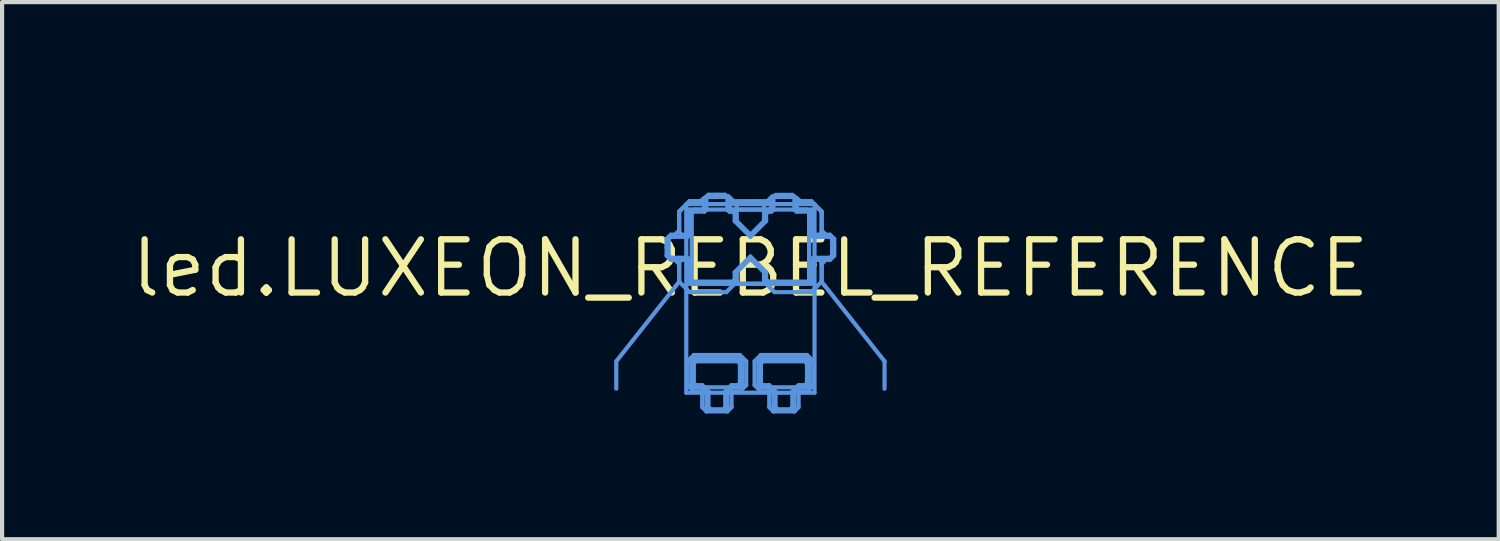
<source format=kicad_pcb>
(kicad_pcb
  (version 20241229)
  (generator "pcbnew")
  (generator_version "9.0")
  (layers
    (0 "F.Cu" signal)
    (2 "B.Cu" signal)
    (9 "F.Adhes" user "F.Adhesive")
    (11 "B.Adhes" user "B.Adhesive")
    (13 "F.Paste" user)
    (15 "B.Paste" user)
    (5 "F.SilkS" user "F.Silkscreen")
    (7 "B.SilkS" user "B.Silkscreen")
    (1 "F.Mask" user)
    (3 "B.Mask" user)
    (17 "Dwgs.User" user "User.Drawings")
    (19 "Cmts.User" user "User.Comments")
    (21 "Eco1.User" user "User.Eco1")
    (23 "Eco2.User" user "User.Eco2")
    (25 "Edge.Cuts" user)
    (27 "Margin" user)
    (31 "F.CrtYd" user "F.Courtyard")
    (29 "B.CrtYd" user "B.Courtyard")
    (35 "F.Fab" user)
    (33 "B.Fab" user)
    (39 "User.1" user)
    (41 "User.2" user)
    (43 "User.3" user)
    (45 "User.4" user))
  (footprint "led.LUXEON_REBEL_REFERENCE"
    (layer "F.Cu")
    (at 14.854 3.35)
    (property "Reference" "led.LUXEON_REBEL_REFERENCE" (at 0 0 0) (layer "F.SilkS") (effects (font (size 1.27 1.27) (thickness 0.15))))
    (fp_line (start -3.2 2.22) (end -3.2 2.874) (stroke (width 0.1) (type default)) (layer "Cmts.User"))
    (fp_line (start -2 -0.7) (end -1.9 -0.8) (stroke (width 0.1) (type default)) (layer "Cmts.User"))
    (fp_line (start -2 -0.5) (end -2 -0.7) (stroke (width 0.1) (type default)) (layer "Cmts.User"))
    (fp_line (start -2 -0.3) (end -2 -0.5) (stroke (width 0.1) (type default)) (layer "Cmts.User"))
    (fp_line (start -1.95 -0.7) (end -1.95 -0.3) (stroke (width 0.1) (type default)) (layer "Cmts.User"))
    (fp_line (start -1.95 -0.3) (end -1.9 -0.25) (stroke (width 0.1) (type default)) (layer "Cmts.User"))
    (fp_line (start -1.9 -0.8) (end -1.8 -0.8) (stroke (width 0.1) (type default)) (layer "Cmts.User"))
    (fp_line (start -1.9 -0.75) (end -1.95 -0.7) (stroke (width 0.1) (type default)) (layer "Cmts.User"))
    (fp_line (start -1.9 -0.25) (end -1.5 -0.25) (stroke (width 0.1) (type default)) (layer "Cmts.User"))
    (fp_line (start -1.9 -0.2) (end -2 -0.3) (stroke (width 0.1) (type default)) (layer "Cmts.User"))
    (fp_line (start -1.8 -0.8) (end -1.7 -0.9) (stroke (width 0.1) (type default)) (layer "Cmts.User"))
    (fp_line (start -1.8 -0.2) (end -1.9 -0.2) (stroke (width 0.1) (type default)) (layer "Cmts.User"))
    (fp_line (start -1.777 0.42) (end -3.2 2.22) (stroke (width 0.1) (type default)) (layer "Cmts.User"))
    (fp_line (start -1.7 -1.35) (end -1.45 -1.6) (stroke (width 0.1) (type default)) (layer "Cmts.User"))
    (fp_line (start -1.7 -1.35) (end -1.45 -1.6) (stroke (width 0.1) (type default)) (layer "Cmts.User"))
    (fp_line (start -1.7 -0.9) (end -1.7 -1.35) (stroke (width 0.1) (type default)) (layer "Cmts.User"))
    (fp_line (start -1.7 -0.865) (end -1.7 -1.35) (stroke (width 0.1) (type default)) (layer "Cmts.User"))
    (fp_line (start -1.7 -0.15) (end -1.7 0.323) (stroke (width 0.1) (type default)) (layer "Cmts.User"))
    (fp_line (start -1.7 -0.1) (end -1.8 -0.2) (stroke (width 0.1) (type default)) (layer "Cmts.User"))
    (fp_line (start -1.7 0.32) (end -1.7 -0.1) (stroke (width 0.1) (type default)) (layer "Cmts.User"))
    (fp_line (start -1.7 0.323) (end -1.777 0.42) (stroke (width 0.1) (type default)) (layer "Cmts.User"))
    (fp_line (start -1.65 -0.8) (end -1.7 -0.865) (stroke (width 0.1) (type default)) (layer "Cmts.User"))
    (fp_line (start -1.65 -0.2) (end -1.7 -0.15) (stroke (width 0.1) (type default)) (layer "Cmts.User"))
    (fp_line (start -1.55 -0.8) (end -1.65 -0.8) (stroke (width 0.1) (type default)) (layer "Cmts.User"))
    (fp_line (start -1.55 -0.2) (end -1.65 -0.2) (stroke (width 0.1) (type default)) (layer "Cmts.User"))
    (fp_line (start -1.53 -1.53) (end 1.53 -1.53) (stroke (width 0.1) (type default)) (layer "Cmts.User"))
    (fp_line (start -1.53 2.97) (end -1.53 -1.53) (stroke (width 0.1) (type default)) (layer "Cmts.User"))
    (fp_line (start -1.5 -1.35) (end -1.5 -0.865) (stroke (width 0.1) (type default)) (layer "Cmts.User"))
    (fp_line (start -1.5 -0.865) (end -1.55 -0.8) (stroke (width 0.1) (type default)) (layer "Cmts.User"))
    (fp_line (start -1.5 -0.75) (end -1.9 -0.75) (stroke (width 0.1) (type default)) (layer "Cmts.User"))
    (fp_line (start -1.5 -0.25) (end -1.45 -0.2) (stroke (width 0.1) (type default)) (layer "Cmts.User"))
    (fp_line (start -1.5 -0.15) (end -1.55 -0.2) (stroke (width 0.1) (type default)) (layer "Cmts.User"))
    (fp_line (start -1.5 0.32) (end -1.5 -0.15) (stroke (width 0.1) (type default)) (layer "Cmts.User"))
    (fp_line (start -1.5 2.22) (end -1.5 2.79) (stroke (width 0.1) (type default)) (layer "Cmts.User"))
    (fp_line (start -1.5 2.79) (end -1.35 2.94) (stroke (width 0.1) (type default)) (layer "Cmts.User"))
    (fp_line (start -1.45 -1.6) (end -1.197 -1.6) (stroke (width 0.1) (type default)) (layer "Cmts.User"))
    (fp_line (start -1.45 -1.6) (end -1.15 -1.6) (stroke (width 0.1) (type default)) (layer "Cmts.User"))
    (fp_line (start -1.45 -1.4) (end -1.5 -1.35) (stroke (width 0.1) (type default)) (layer "Cmts.User"))
    (fp_line (start -1.45 -1.3) (end -1.45 -0.8) (stroke (width 0.1) (type default)) (layer "Cmts.User"))
    (fp_line (start -1.45 -0.8) (end -1.5 -0.75) (stroke (width 0.1) (type default)) (layer "Cmts.User"))
    (fp_line (start -1.45 -0.2) (end -1.45 0.27) (stroke (width 0.1) (type default)) (layer "Cmts.User"))
    (fp_line (start -1.45 0.27) (end -1.4 0.32) (stroke (width 0.1) (type default)) (layer "Cmts.User"))
    (fp_line (start -1.45 0.37) (end -1.5 0.32) (stroke (width 0.1) (type default)) (layer "Cmts.User"))
    (fp_line (start -1.45 0.57) (end -1.7 0.32) (stroke (width 0.1) (type default)) (layer "Cmts.User"))
    (fp_line (start -1.4 -1.35) (end -1.45 -1.3) (stroke (width 0.1) (type default)) (layer "Cmts.User"))
    (fp_line (start -1.4 -1.35) (end -1.4 0.32) (stroke (width 0.1) (type default)) (layer "Cmts.User"))
    (fp_line (start -1.4 0.32) (end -1.35 0.37) (stroke (width 0.1) (type default)) (layer "Cmts.User"))
    (fp_line (start -1.4 0.32) (end -0.425 0.32) (stroke (width 0.1) (type default)) (layer "Cmts.User"))
    (fp_line (start -1.4 2.22) (end -1.4 2.79) (stroke (width 0.1) (type default)) (layer "Cmts.User"))
    (fp_line (start -1.4 2.22) (end -1.35 2.17) (stroke (width 0.1) (type default)) (layer "Cmts.User"))
    (fp_line (start -1.4 2.79) (end -1.4 2.22) (stroke (width 0.1) (type default)) (layer "Cmts.User"))
    (fp_line (start -1.4 2.79) (end -1.35 2.84) (stroke (width 0.1) (type default)) (layer "Cmts.User"))
    (fp_line (start -1.35 -1.4) (end -1.4 -1.35) (stroke (width 0.1) (type default)) (layer "Cmts.User"))
    (fp_line (start -1.35 0.37) (end 1.35 0.37) (stroke (width 0.1) (type default)) (layer "Cmts.User"))
    (fp_line (start -1.35 2.07) (end -1.5 2.22) (stroke (width 0.1) (type default)) (layer "Cmts.User"))
    (fp_line (start -1.35 2.07) (end -0.25 2.07) (stroke (width 0.1) (type default)) (layer "Cmts.User"))
    (fp_line (start -1.35 2.17) (end -1.4 2.22) (stroke (width 0.1) (type default)) (layer "Cmts.User"))
    (fp_line (start -1.35 2.17) (end -0.25 2.17) (stroke (width 0.1) (type default)) (layer "Cmts.User"))
    (fp_line (start -1.35 2.27) (end -1.3 2.22) (stroke (width 0.1) (type default)) (layer "Cmts.User"))
    (fp_line (start -1.35 2.74) (end -1.35 2.27) (stroke (width 0.1) (type default)) (layer "Cmts.User"))
    (fp_line (start -1.35 2.84) (end -1.4 2.79) (stroke (width 0.1) (type default)) (layer "Cmts.User"))
    (fp_line (start -1.35 2.84) (end -0.25 2.84) (stroke (width 0.1) (type default)) (layer "Cmts.User"))
    (fp_line (start -1.35 2.94) (end -1.15 2.94) (stroke (width 0.1) (type default)) (layer "Cmts.User"))
    (fp_line (start -1.3 2.22) (end -0.3 2.22) (stroke (width 0.1) (type default)) (layer "Cmts.User"))
    (fp_line (start -1.3 2.79) (end -1.35 2.74) (stroke (width 0.1) (type default)) (layer "Cmts.User"))
    (fp_line (start -1.197 -1.6) (end -1.1 -1.675) (stroke (width 0.1) (type default)) (layer "Cmts.User"))
    (fp_line (start -1.15 -1.6) (end -1.1 -1.55) (stroke (width 0.1) (type default)) (layer "Cmts.User"))
    (fp_line (start -1.15 -1.4) (end -1.45 -1.4) (stroke (width 0.1) (type default)) (layer "Cmts.User"))
    (fp_line (start -1.15 -1.4) (end -1.35 -1.4) (stroke (width 0.1) (type default)) (layer "Cmts.User"))
    (fp_line (start -1.15 2.79) (end -1.3 2.79) (stroke (width 0.1) (type default)) (layer "Cmts.User"))
    (fp_line (start -1.15 2.84) (end -1.35 2.84) (stroke (width 0.1) (type default)) (layer "Cmts.User"))
    (fp_line (start -1.15 2.94) (end -1.15 3.315) (stroke (width 0.1) (type default)) (layer "Cmts.User"))
    (fp_line (start -1.15 3.315) (end -1.05 3.415) (stroke (width 0.1) (type default)) (layer "Cmts.User"))
    (fp_line (start -1.1 -1.675) (end -1.003 -1.75) (stroke (width 0.1) (type default)) (layer "Cmts.User"))
    (fp_line (start -1.1 -1.55) (end -1.1 -1.45) (stroke (width 0.1) (type default)) (layer "Cmts.User"))
    (fp_line (start -1.1 -1.45) (end -1.15 -1.4) (stroke (width 0.1) (type default)) (layer "Cmts.User"))
    (fp_line (start -1.1 -1.35) (end -1.4 -1.35) (stroke (width 0.1) (type default)) (layer "Cmts.User"))
    (fp_line (start -1.05 -1.667) (end -1.05 -1.4) (stroke (width 0.1) (type default)) (layer "Cmts.User"))
    (fp_line (start -1.05 -1.4) (end -1.1 -1.35) (stroke (width 0.1) (type default)) (layer "Cmts.User"))
    (fp_line (start -1.05 2.94) (end -1.15 2.84) (stroke (width 0.1) (type default)) (layer "Cmts.User"))
    (fp_line (start -1.05 3.415) (end -1.05 2.94) (stroke (width 0.1) (type default)) (layer "Cmts.User"))
    (fp_line (start -1.05 3.415) (end -0.55 3.415) (stroke (width 0.1) (type default)) (layer "Cmts.User"))
    (fp_line (start -1.003 -1.75) (end -1 -1.75) (stroke (width 0.1) (type default)) (layer "Cmts.User"))
    (fp_line (start -1 -1.75) (end -0.8 -1.75) (stroke (width 0.1) (type default)) (layer "Cmts.User"))
    (fp_line (start -1 2.94) (end -1.15 2.79) (stroke (width 0.1) (type default)) (layer "Cmts.User"))
    (fp_line (start -1 3.315) (end -1 2.94) (stroke (width 0.1) (type default)) (layer "Cmts.User"))
    (fp_line (start -0.95 3.365) (end -1 3.315) (stroke (width 0.1) (type default)) (layer "Cmts.User"))
    (fp_line (start -0.8 -1.75) (end -1 -1.75) (stroke (width 0.1) (type default)) (layer "Cmts.User"))
    (fp_line (start -0.8 -1.75) (end -0.597 -1.75) (stroke (width 0.1) (type default)) (layer "Cmts.User"))
    (fp_line (start -0.8 -1.7) (end -1.003 -1.7) (stroke (width 0.1) (type default)) (layer "Cmts.User"))
    (fp_line (start -0.65 3.365) (end -0.95 3.365) (stroke (width 0.1) (type default)) (layer "Cmts.User"))
    (fp_line (start -0.6 -1.75) (end -0.8 -1.75) (stroke (width 0.1) (type default)) (layer "Cmts.User"))
    (fp_line (start -0.6 2.94) (end -0.6 3.315) (stroke (width 0.1) (type default)) (layer "Cmts.User"))
    (fp_line (start -0.6 3.315) (end -0.65 3.365) (stroke (width 0.1) (type default)) (layer "Cmts.User"))
    (fp_line (start -0.597 -1.7) (end -0.8 -1.7) (stroke (width 0.1) (type default)) (layer "Cmts.User"))
    (fp_line (start -0.575 0.57) (end -1.45 0.57) (stroke (width 0.1) (type default)) (layer "Cmts.User"))
    (fp_line (start -0.55 -1.4) (end -0.55 -1.667) (stroke (width 0.1) (type default)) (layer "Cmts.User"))
    (fp_line (start -0.55 2.94) (end -0.55 3.415) (stroke (width 0.1) (type default)) (layer "Cmts.User"))
    (fp_line (start -0.55 3.415) (end -0.45 3.315) (stroke (width 0.1) (type default)) (layer "Cmts.User"))
    (fp_line (start -0.526 -1.721) (end -0.354 -1.549) (stroke (width 0.1) (type default)) (layer "Cmts.User"))
    (fp_line (start -0.5 -1.55) (end -0.5 -1.45) (stroke (width 0.1) (type default)) (layer "Cmts.User"))
    (fp_line (start -0.5 -1.45) (end -0.45 -1.4) (stroke (width 0.1) (type default)) (layer "Cmts.User"))
    (fp_line (start -0.5 -1.35) (end -0.55 -1.4) (stroke (width 0.1) (type default)) (layer "Cmts.User"))
    (fp_line (start -0.45 -1.6) (end -0.5 -1.55) (stroke (width 0.1) (type default)) (layer "Cmts.User"))
    (fp_line (start -0.45 -1.4) (end -1.15 -1.4) (stroke (width 0.1) (type default)) (layer "Cmts.User"))
    (fp_line (start -0.45 -1.4) (end 0.45 -1.4) (stroke (width 0.1) (type default)) (layer "Cmts.User"))
    (fp_line (start -0.45 2.79) (end -0.6 2.94) (stroke (width 0.1) (type default)) (layer "Cmts.User"))
    (fp_line (start -0.45 2.84) (end -0.55 2.94) (stroke (width 0.1) (type default)) (layer "Cmts.User"))
    (fp_line (start -0.45 2.94) (end -0.45 3.315) (stroke (width 0.1) (type default)) (layer "Cmts.User"))
    (fp_line (start -0.425 -1.35) (end -0.5 -1.35) (stroke (width 0.1) (type default)) (layer "Cmts.User"))
    (fp_line (start -0.425 0.32) (end -0.375 0.27) (stroke (width 0.1) (type default)) (layer "Cmts.User"))
    (fp_line (start -0.375 -1.3) (end -0.425 -1.35) (stroke (width 0.1) (type default)) (layer "Cmts.User"))
    (fp_line (start -0.375 -1.125) (end -0.375 -1.3) (stroke (width 0.1) (type default)) (layer "Cmts.User"))
    (fp_line (start -0.375 0.095) (end 0 -0.28) (stroke (width 0.1) (type default)) (layer "Cmts.User"))
    (fp_line (start -0.375 0.27) (end -0.375 0.095) (stroke (width 0.1) (type default)) (layer "Cmts.User"))
    (fp_line (start -0.325 -1.478) (end -0.325 -1.125) (stroke (width 0.1) (type default)) (layer "Cmts.User"))
    (fp_line (start -0.325 -1.125) (end 0 -0.8) (stroke (width 0.1) (type default)) (layer "Cmts.User"))
    (fp_line (start -0.325 0.095) (end -0.325 0.32) (stroke (width 0.1) (type default)) (layer "Cmts.User"))
    (fp_line (start -0.325 0.32) (end -0.575 0.57) (stroke (width 0.1) (type default)) (layer "Cmts.User"))
    (fp_line (start -0.3 2.22) (end -0.25 2.27) (stroke (width 0.1) (type default)) (layer "Cmts.User"))
    (fp_line (start -0.3 2.79) (end -0.45 2.79) (stroke (width 0.1) (type default)) (layer "Cmts.User"))
    (fp_line (start -0.25 2.17) (end -1.35 2.17) (stroke (width 0.1) (type default)) (layer "Cmts.User"))
    (fp_line (start -0.25 2.17) (end -0.2 2.22) (stroke (width 0.1) (type default)) (layer "Cmts.User"))
    (fp_line (start -0.25 2.27) (end -0.25 2.74) (stroke (width 0.1) (type default)) (layer "Cmts.User"))
    (fp_line (start -0.25 2.74) (end -0.3 2.79) (stroke (width 0.1) (type default)) (layer "Cmts.User"))
    (fp_line (start -0.25 2.84) (end -0.45 2.84) (stroke (width 0.1) (type default)) (layer "Cmts.User"))
    (fp_line (start -0.25 2.84) (end -0.2 2.79) (stroke (width 0.1) (type default)) (layer "Cmts.User"))
    (fp_line (start -0.25 2.94) (end -0.45 2.94) (stroke (width 0.1) (type default)) (layer "Cmts.User"))
    (fp_line (start -0.25 2.94) (end -0.1 2.79) (stroke (width 0.1) (type default)) (layer "Cmts.User"))
    (fp_line (start -0.2 2.22) (end -0.25 2.17) (stroke (width 0.1) (type default)) (layer "Cmts.User"))
    (fp_line (start -0.2 2.22) (end -0.2 2.79) (stroke (width 0.1) (type default)) (layer "Cmts.User"))
    (fp_line (start -0.2 2.79) (end -0.25 2.84) (stroke (width 0.1) (type default)) (layer "Cmts.User"))
    (fp_line (start -0.2 2.79) (end -0.2 2.22) (stroke (width 0.1) (type default)) (layer "Cmts.User"))
    (fp_line (start -0.1 2.22) (end -0.25 2.07) (stroke (width 0.1) (type default)) (layer "Cmts.User"))
    (fp_line (start -0.1 2.22) (end -0.1 2.79) (stroke (width 0.1) (type default)) (layer "Cmts.User"))
    (fp_line (start 0 -0.8) (end 0.325 -1.125) (stroke (width 0.1) (type default)) (layer "Cmts.User"))
    (fp_line (start 0 -0.75) (end -0.375 -1.125) (stroke (width 0.1) (type default)) (layer "Cmts.User"))
    (fp_line (start 0 -0.28) (end 0.375 0.095) (stroke (width 0.1) (type default)) (layer "Cmts.User"))
    (fp_line (start 0 -0.23) (end -0.325 0.095) (stroke (width 0.1) (type default)) (layer "Cmts.User"))
    (fp_line (start 0.1 2.22) (end 0.1 2.79) (stroke (width 0.1) (type default)) (layer "Cmts.User"))
    (fp_line (start 0.1 2.79) (end 0.25 2.94) (stroke (width 0.1) (type default)) (layer "Cmts.User"))
    (fp_line (start 0.2 2.22) (end 0.25 2.17) (stroke (width 0.1) (type default)) (layer "Cmts.User"))
    (fp_line (start 0.2 2.22) (end 0.25 2.17) (stroke (width 0.1) (type default)) (layer "Cmts.User"))
    (fp_line (start 0.2 2.79) (end 0.2 2.22) (stroke (width 0.1) (type default)) (layer "Cmts.User"))
    (fp_line (start 0.2 2.79) (end 0.2 2.22) (stroke (width 0.1) (type default)) (layer "Cmts.User"))
    (fp_line (start 0.25 2.07) (end 0.1 2.22) (stroke (width 0.1) (type default)) (layer "Cmts.User"))
    (fp_line (start 0.25 2.07) (end 1.35 2.07) (stroke (width 0.1) (type default)) (layer "Cmts.User"))
    (fp_line (start 0.25 2.17) (end 1.35 2.17) (stroke (width 0.1) (type default)) (layer "Cmts.User"))
    (fp_line (start 0.25 2.17) (end 1.35 2.17) (stroke (width 0.1) (type default)) (layer "Cmts.User"))
    (fp_line (start 0.25 2.27) (end 0.3 2.22) (stroke (width 0.1) (type default)) (layer "Cmts.User"))
    (fp_line (start 0.25 2.74) (end 0.25 2.27) (stroke (width 0.1) (type default)) (layer "Cmts.User"))
    (fp_line (start 0.25 2.84) (end 0.2 2.79) (stroke (width 0.1) (type default)) (layer "Cmts.User"))
    (fp_line (start 0.25 2.84) (end 0.2 2.79) (stroke (width 0.1) (type default)) (layer "Cmts.User"))
    (fp_line (start 0.25 2.94) (end 0.45 2.94) (stroke (width 0.1) (type default)) (layer "Cmts.User"))
    (fp_line (start 0.3 2.22) (end 1.3 2.22) (stroke (width 0.1) (type default)) (layer "Cmts.User"))
    (fp_line (start 0.3 2.79) (end 0.25 2.74) (stroke (width 0.1) (type default)) (layer "Cmts.User"))
    (fp_line (start 0.325 -1.125) (end 0.325 -1.478) (stroke (width 0.1) (type default)) (layer "Cmts.User"))
    (fp_line (start 0.325 0.095) (end 0 -0.23) (stroke (width 0.1) (type default)) (layer "Cmts.User"))
    (fp_line (start 0.325 0.32) (end 0.325 0.095) (stroke (width 0.1) (type default)) (layer "Cmts.User"))
    (fp_line (start 0.354 -1.549) (end 0.526 -1.721) (stroke (width 0.1) (type default)) (layer "Cmts.User"))
    (fp_line (start 0.375 -1.3) (end 0.375 -1.125) (stroke (width 0.1) (type default)) (layer "Cmts.User"))
    (fp_line (start 0.375 -1.125) (end 0 -0.75) (stroke (width 0.1) (type default)) (layer "Cmts.User"))
    (fp_line (start 0.375 0.095) (end 0.375 0.27) (stroke (width 0.1) (type default)) (layer "Cmts.User"))
    (fp_line (start 0.375 0.27) (end 0.425 0.32) (stroke (width 0.1) (type default)) (layer "Cmts.User"))
    (fp_line (start 0.425 -1.35) (end 0.375 -1.3) (stroke (width 0.1) (type default)) (layer "Cmts.User"))
    (fp_line (start 0.425 0.32) (end 1.4 0.32) (stroke (width 0.1) (type default)) (layer "Cmts.User"))
    (fp_line (start 0.45 -1.6) (end -0.45 -1.6) (stroke (width 0.1) (type default)) (layer "Cmts.User"))
    (fp_line (start 0.45 -1.4) (end -0.45 -1.4) (stroke (width 0.1) (type default)) (layer "Cmts.User"))
    (fp_line (start 0.45 -1.4) (end 0.5 -1.45) (stroke (width 0.1) (type default)) (layer "Cmts.User"))
    (fp_line (start 0.45 2.79) (end 0.3 2.79) (stroke (width 0.1) (type default)) (layer "Cmts.User"))
    (fp_line (start 0.45 2.84) (end 0.25 2.84) (stroke (width 0.1) (type default)) (layer "Cmts.User"))
    (fp_line (start 0.45 2.94) (end 0.45 3.315) (stroke (width 0.1) (type default)) (layer "Cmts.User"))
    (fp_line (start 0.45 3.315) (end 0.55 3.415) (stroke (width 0.1) (type default)) (layer "Cmts.User"))
    (fp_line (start 0.5 -1.55) (end 0.45 -1.6) (stroke (width 0.1) (type default)) (layer "Cmts.User"))
    (fp_line (start 0.5 -1.45) (end 0.5 -1.55) (stroke (width 0.1) (type default)) (layer "Cmts.User"))
    (fp_line (start 0.5 -1.35) (end 0.425 -1.35) (stroke (width 0.1) (type default)) (layer "Cmts.User"))
    (fp_line (start 0.55 -1.667) (end 0.55 -1.4) (stroke (width 0.1) (type default)) (layer "Cmts.User"))
    (fp_line (start 0.55 -1.4) (end 0.5 -1.35) (stroke (width 0.1) (type default)) (layer "Cmts.User"))
    (fp_line (start 0.55 2.94) (end 0.45 2.84) (stroke (width 0.1) (type default)) (layer "Cmts.User"))
    (fp_line (start 0.55 3.415) (end 0.55 2.94) (stroke (width 0.1) (type default)) (layer "Cmts.User"))
    (fp_line (start 0.55 3.415) (end 1.05 3.415) (stroke (width 0.1) (type default)) (layer "Cmts.User"))
    (fp_line (start 0.575 0.57) (end 0.325 0.32) (stroke (width 0.1) (type default)) (layer "Cmts.User"))
    (fp_line (start 0.597 -1.75) (end 0.8 -1.75) (stroke (width 0.1) (type default)) (layer "Cmts.User"))
    (fp_line (start 0.6 2.94) (end 0.45 2.79) (stroke (width 0.1) (type default)) (layer "Cmts.User"))
    (fp_line (start 0.6 3.315) (end 0.6 2.94) (stroke (width 0.1) (type default)) (layer "Cmts.User"))
    (fp_line (start 0.65 3.365) (end 0.6 3.315) (stroke (width 0.1) (type default)) (layer "Cmts.User"))
    (fp_line (start 0.8 -1.75) (end 1 -1.75) (stroke (width 0.1) (type default)) (layer "Cmts.User"))
    (fp_line (start 0.8 -1.7) (end 0.597 -1.7) (stroke (width 0.1) (type default)) (layer "Cmts.User"))
    (fp_line (start 0.95 3.365) (end 0.65 3.365) (stroke (width 0.1) (type default)) (layer "Cmts.User"))
    (fp_line (start 1 2.94) (end 1 3.315) (stroke (width 0.1) (type default)) (layer "Cmts.User"))
    (fp_line (start 1 3.315) (end 0.95 3.365) (stroke (width 0.1) (type default)) (layer "Cmts.User"))
    (fp_line (start 1.003 -1.7) (end 0.8 -1.7) (stroke (width 0.1) (type default)) (layer "Cmts.User"))
    (fp_line (start 1.05 -1.4) (end 1.05 -1.667) (stroke (width 0.1) (type default)) (layer "Cmts.User"))
    (fp_line (start 1.05 2.94) (end 1.05 3.415) (stroke (width 0.1) (type default)) (layer "Cmts.User"))
    (fp_line (start 1.05 3.415) (end 1.15 3.315) (stroke (width 0.1) (type default)) (layer "Cmts.User"))
    (fp_line (start 1.1 -1.675) (end 1.003 -1.75) (stroke (width 0.1) (type default)) (layer "Cmts.User"))
    (fp_line (start 1.1 -1.55) (end 1.1 -1.45) (stroke (width 0.1) (type default)) (layer "Cmts.User"))
    (fp_line (start 1.1 -1.45) (end 1.15 -1.4) (stroke (width 0.1) (type default)) (layer "Cmts.User"))
    (fp_line (start 1.1 -1.35) (end 1.05 -1.4) (stroke (width 0.1) (type default)) (layer "Cmts.User"))
    (fp_line (start 1.15 -1.6) (end 1.1 -1.55) (stroke (width 0.1) (type default)) (layer "Cmts.User"))
    (fp_line (start 1.15 -1.4) (end 0.45 -1.4) (stroke (width 0.1) (type default)) (layer "Cmts.User"))
    (fp_line (start 1.15 -1.4) (end 1.45 -1.4) (stroke (width 0.1) (type default)) (layer "Cmts.User"))
    (fp_line (start 1.15 2.79) (end 1 2.94) (stroke (width 0.1) (type default)) (layer "Cmts.User"))
    (fp_line (start 1.15 2.84) (end 1.05 2.94) (stroke (width 0.1) (type default)) (layer "Cmts.User"))
    (fp_line (start 1.15 2.94) (end 1.15 3.315) (stroke (width 0.1) (type default)) (layer "Cmts.User"))
    (fp_line (start 1.197 -1.6) (end 1.1 -1.675) (stroke (width 0.1) (type default)) (layer "Cmts.User"))
    (fp_line (start 1.3 2.22) (end 1.35 2.27) (stroke (width 0.1) (type default)) (layer "Cmts.User"))
    (fp_line (start 1.3 2.79) (end 1.15 2.79) (stroke (width 0.1) (type default)) (layer "Cmts.User"))
    (fp_line (start 1.35 -1.4) (end 1.15 -1.4) (stroke (width 0.1) (type default)) (layer "Cmts.User"))
    (fp_line (start 1.35 0.37) (end 1.4 0.32) (stroke (width 0.1) (type default)) (layer "Cmts.User"))
    (fp_line (start 1.35 2.17) (end 1.4 2.22) (stroke (width 0.1) (type default)) (layer "Cmts.User"))
    (fp_line (start 1.35 2.17) (end 1.4 2.22) (stroke (width 0.1) (type default)) (layer "Cmts.User"))
    (fp_line (start 1.35 2.27) (end 1.35 2.74) (stroke (width 0.1) (type default)) (layer "Cmts.User"))
    (fp_line (start 1.35 2.74) (end 1.3 2.79) (stroke (width 0.1) (type default)) (layer "Cmts.User"))
    (fp_line (start 1.35 2.84) (end 0.25 2.84) (stroke (width 0.1) (type default)) (layer "Cmts.User"))
    (fp_line (start 1.35 2.84) (end 1.15 2.84) (stroke (width 0.1) (type default)) (layer "Cmts.User"))
    (fp_line (start 1.35 2.94) (end 1.15 2.94) (stroke (width 0.1) (type default)) (layer "Cmts.User"))
    (fp_line (start 1.35 2.94) (end 1.5 2.79) (stroke (width 0.1) (type default)) (layer "Cmts.User"))
    (fp_line (start 1.4 -1.35) (end 1.1 -1.35) (stroke (width 0.1) (type default)) (layer "Cmts.User"))
    (fp_line (start 1.4 -1.35) (end 1.35 -1.4) (stroke (width 0.1) (type default)) (layer "Cmts.User"))
    (fp_line (start 1.4 0.32) (end 1.4 -1.35) (stroke (width 0.1) (type default)) (layer "Cmts.User"))
    (fp_line (start 1.4 0.32) (end 1.45 0.27) (stroke (width 0.1) (type default)) (layer "Cmts.User"))
    (fp_line (start 1.4 2.22) (end 1.4 2.79) (stroke (width 0.1) (type default)) (layer "Cmts.User"))
    (fp_line (start 1.4 2.22) (end 1.4 2.79) (stroke (width 0.1) (type default)) (layer "Cmts.User"))
    (fp_line (start 1.4 2.79) (end 1.35 2.84) (stroke (width 0.1) (type default)) (layer "Cmts.User"))
    (fp_line (start 1.4 2.79) (end 1.35 2.84) (stroke (width 0.1) (type default)) (layer "Cmts.User"))
    (fp_line (start 1.45 -1.6) (end 1.15 -1.6) (stroke (width 0.1) (type default)) (layer "Cmts.User"))
    (fp_line (start 1.45 -1.6) (end 1.197 -1.6) (stroke (width 0.1) (type default)) (layer "Cmts.User"))
    (fp_line (start 1.45 -1.4) (end 1.5 -1.35) (stroke (width 0.1) (type default)) (layer "Cmts.User"))
    (fp_line (start 1.45 -1.3) (end 1.4 -1.35) (stroke (width 0.1) (type default)) (layer "Cmts.User"))
    (fp_line (start 1.45 -0.8) (end 1.45 -1.3) (stroke (width 0.1) (type default)) (layer "Cmts.User"))
    (fp_line (start 1.45 -0.2) (end 1.5 -0.25) (stroke (width 0.1) (type default)) (layer "Cmts.User"))
    (fp_line (start 1.45 0.27) (end 1.45 -0.2) (stroke (width 0.1) (type default)) (layer "Cmts.User"))
    (fp_line (start 1.45 0.37) (end -1.45 0.37) (stroke (width 0.1) (type default)) (layer "Cmts.User"))
    (fp_line (start 1.45 0.57) (end 0.575 0.57) (stroke (width 0.1) (type default)) (layer "Cmts.User"))
    (fp_line (start 1.5 -1.35) (end 1.5 -0.85) (stroke (width 0.1) (type default)) (layer "Cmts.User"))
    (fp_line (start 1.5 -0.85) (end 1.55 -0.8) (stroke (width 0.1) (type default)) (layer "Cmts.User"))
    (fp_line (start 1.5 -0.75) (end 1.45 -0.8) (stroke (width 0.1) (type default)) (layer "Cmts.User"))
    (fp_line (start 1.5 -0.25) (end 1.9 -0.25) (stroke (width 0.1) (type default)) (layer "Cmts.User"))
    (fp_line (start 1.5 -0.15) (end 1.5 0.32) (stroke (width 0.1) (type default)) (layer "Cmts.User"))
    (fp_line (start 1.5 0.32) (end 1.45 0.37) (stroke (width 0.1) (type default)) (layer "Cmts.User"))
    (fp_line (start 1.5 2.22) (end 1.35 2.07) (stroke (width 0.1) (type default)) (layer "Cmts.User"))
    (fp_line (start 1.5 2.22) (end 1.5 2.79) (stroke (width 0.1) (type default)) (layer "Cmts.User"))
    (fp_line (start 1.53 -1.53) (end 1.53 2.97) (stroke (width 0.1) (type default)) (layer "Cmts.User"))
    (fp_line (start 1.53 2.97) (end -1.53 2.97) (stroke (width 0.1) (type default)) (layer "Cmts.User"))
    (fp_line (start 1.55 -0.8) (end 1.65 -0.8) (stroke (width 0.1) (type default)) (layer "Cmts.User"))
    (fp_line (start 1.55 -0.2) (end 1.5 -0.15) (stroke (width 0.1) (type default)) (layer "Cmts.User"))
    (fp_line (start 1.65 -0.8) (end 1.7 -0.85) (stroke (width 0.1) (type default)) (layer "Cmts.User"))
    (fp_line (start 1.65 -0.2) (end 1.55 -0.2) (stroke (width 0.1) (type default)) (layer "Cmts.User"))
    (fp_line (start 1.7 -1.35) (end 1.45 -1.6) (stroke (width 0.1) (type default)) (layer "Cmts.User"))
    (fp_line (start 1.7 -1.35) (end 1.45 -1.6) (stroke (width 0.1) (type default)) (layer "Cmts.User"))
    (fp_line (start 1.7 -0.9) (end 1.7 -1.35) (stroke (width 0.1) (type default)) (layer "Cmts.User"))
    (fp_line (start 1.7 -0.9) (end 1.8 -0.8) (stroke (width 0.1) (type default)) (layer "Cmts.User"))
    (fp_line (start 1.7 -0.85) (end 1.7 -1.35) (stroke (width 0.1) (type default)) (layer "Cmts.User"))
    (fp_line (start 1.7 -0.15) (end 1.65 -0.2) (stroke (width 0.1) (type default)) (layer "Cmts.User"))
    (fp_line (start 1.7 -0.1) (end 1.7 0.32) (stroke (width 0.1) (type default)) (layer "Cmts.User"))
    (fp_line (start 1.7 0.32) (end 1.45 0.57) (stroke (width 0.1) (type default)) (layer "Cmts.User"))
    (fp_line (start 1.7 0.323) (end 1.7 -0.15) (stroke (width 0.1) (type default)) (layer "Cmts.User"))
    (fp_line (start 1.777 0.42) (end 1.7 0.323) (stroke (width 0.1) (type default)) (layer "Cmts.User"))
    (fp_line (start 1.8 -0.8) (end 1.9 -0.8) (stroke (width 0.1) (type default)) (layer "Cmts.User"))
    (fp_line (start 1.8 -0.2) (end 1.7 -0.1) (stroke (width 0.1) (type default)) (layer "Cmts.User"))
    (fp_line (start 1.9 -0.8) (end 2 -0.7) (stroke (width 0.1) (type default)) (layer "Cmts.User"))
    (fp_line (start 1.9 -0.75) (end 1.5 -0.75) (stroke (width 0.1) (type default)) (layer "Cmts.User"))
    (fp_line (start 1.9 -0.25) (end 1.95 -0.3) (stroke (width 0.1) (type default)) (layer "Cmts.User"))
    (fp_line (start 1.9 -0.2) (end 1.8 -0.2) (stroke (width 0.1) (type default)) (layer "Cmts.User"))
    (fp_line (start 1.95 -0.7) (end 1.9 -0.75) (stroke (width 0.1) (type default)) (layer "Cmts.User"))
    (fp_line (start 1.95 -0.3) (end 1.95 -0.7) (stroke (width 0.1) (type default)) (layer "Cmts.User"))
    (fp_line (start 2 -0.7) (end 2 -0.5) (stroke (width 0.1) (type default)) (layer "Cmts.User"))
    (fp_line (start 2 -0.5) (end 2 -0.3) (stroke (width 0.1) (type default)) (layer "Cmts.User"))
    (fp_line (start 2 -0.3) (end 1.9 -0.2) (stroke (width 0.1) (type default)) (layer "Cmts.User"))
    (fp_line (start 3.2 2.22) (end 1.777 0.42) (stroke (width 0.1) (type default)) (layer "Cmts.User"))
    (fp_line (start 3.2 2.874) (end 3.2 2.22) (stroke (width 0.1) (type default)) (layer "Cmts.User"))
    (fp_circle (center -3.129 -1.4) (end -2.879 -1.4) (stroke (width 0.001) (type default)) (fill no) (layer "Cmts.User"))
    (fp_circle (center -3.129 -1.4) (end -2.829 -1.4) (stroke (width 0.001) (type default)) (fill no) (layer "Cmts.User"))
    (fp_circle (center -3.129 -0.5) (end -2.879 -0.5) (stroke (width 0.001) (type default)) (fill no) (layer "Cmts.User"))
    (fp_circle (center -3.129 -0.5) (end -2.829 -0.5) (stroke (width 0.001) (type default)) (fill no) (layer "Cmts.User"))
    (fp_circle (center -3.129 0.4) (end -2.879 0.4) (stroke (width 0.001) (type default)) (fill no) (layer "Cmts.User"))
    (fp_circle (center -3.129 0.4) (end -2.829 0.4) (stroke (width 0.001) (type default)) (fill no) (layer "Cmts.User"))
    (fp_circle (center -2.35 -1.865) (end -2.1 -1.865) (stroke (width 0.001) (type default)) (fill no) (layer "Cmts.User"))
    (fp_circle (center -2.35 -1.865) (end -2.05 -1.865) (stroke (width 0.001) (type default)) (fill no) (layer "Cmts.User"))
    (fp_circle (center -2.35 -0.965) (end -2.1 -0.965) (stroke (width 0.001) (type default)) (fill no) (layer "Cmts.User"))
    (fp_circle (center -2.35 -0.965) (end -2.05 -0.965) (stroke (width 0.001) (type default)) (fill no) (layer "Cmts.User"))
    (fp_circle (center -2.35 -0.065) (end -2.1 -0.065) (stroke (width 0.001) (type default)) (fill no) (layer "Cmts.User"))
    (fp_circle (center -2.35 -0.065) (end -2.05 -0.065) (stroke (width 0.001) (type default)) (fill no) (layer "Cmts.User"))
    (fp_circle (center -1.8 -3.05) (end -1.55 -3.05) (stroke (width 0.001) (type default)) (fill no) (layer "Cmts.User"))
    (fp_circle (center -1.8 -3.05) (end -1.5 -3.05) (stroke (width 0.001) (type default)) (fill no) (layer "Cmts.User"))
    (fp_circle (center -1.35 -2.25) (end -1.1 -2.25) (stroke (width 0.001) (type default)) (fill no) (layer "Cmts.User"))
    (fp_circle (center -1.35 -2.25) (end -1.05 -2.25) (stroke (width 0.001) (type default)) (fill no) (layer "Cmts.User"))
    (fp_circle (center -0.9 -3.05) (end -0.65 -3.05) (stroke (width 0.001) (type default)) (fill no) (layer "Cmts.User"))
    (fp_circle (center -0.9 -3.05) (end -0.6 -3.05) (stroke (width 0.001) (type default)) (fill no) (layer "Cmts.User"))
    (fp_circle (center -0.45 -2.25) (end -0.2 -2.25) (stroke (width 0.001) (type default)) (fill no) (layer "Cmts.User"))
    (fp_circle (center -0.45 -2.25) (end -0.15 -2.25) (stroke (width 0.001) (type default)) (fill no) (layer "Cmts.User"))
    (fp_circle (center 0 -3.05) (end 0.25 -3.05) (stroke (width 0.001) (type default)) (fill no) (layer "Cmts.User"))
    (fp_circle (center 0 -3.05) (end 0.3 -3.05) (stroke (width 0.001) (type default)) (fill no) (layer "Cmts.User"))
    (fp_circle (center 0 -1.125) (end 0.125 -1.125) (stroke (width 0.001) (type default)) (fill no) (layer "Cmts.User"))
    (fp_circle (center 0 -1.125) (end 0.175 -1.125) (stroke (width 0.001) (type default)) (fill no) (layer "Cmts.User"))
    (fp_circle (center 0 0) (end 1.275 0) (stroke (width 0.001) (type default)) (fill no) (layer "Cmts.User"))
    (fp_circle (center 0 0.095) (end 0.125 0.095) (stroke (width 0.001) (type default)) (fill no) (layer "Cmts.User"))
    (fp_circle (center 0 0.095) (end 0.175 0.095) (stroke (width 0.001) (type default)) (fill no) (layer "Cmts.User"))
    (fp_circle (center 0.45 -2.25) (end 0.7 -2.25) (stroke (width 0.001) (type default)) (fill no) (layer "Cmts.User"))
    (fp_circle (center 0.45 -2.25) (end 0.75 -2.25) (stroke (width 0.001) (type default)) (fill no) (layer "Cmts.User"))
    (fp_circle (center 0.9 -3.05) (end 1.15 -3.05) (stroke (width 0.001) (type default)) (fill no) (layer "Cmts.User"))
    (fp_circle (center 0.9 -3.05) (end 1.2 -3.05) (stroke (width 0.001) (type default)) (fill no) (layer "Cmts.User"))
    (fp_circle (center 1.35 -2.25) (end 1.6 -2.25) (stroke (width 0.001) (type default)) (fill no) (layer "Cmts.User"))
    (fp_circle (center 1.35 -2.25) (end 1.65 -2.25) (stroke (width 0.001) (type default)) (fill no) (layer "Cmts.User"))
    (fp_circle (center 1.8 -3.05) (end 2.05 -3.05) (stroke (width 0.001) (type default)) (fill no) (layer "Cmts.User"))
    (fp_circle (center 1.8 -3.05) (end 2.1 -3.05) (stroke (width 0.001) (type default)) (fill no) (layer "Cmts.User"))
    (fp_circle (center 2.35 -1.85) (end 2.6 -1.85) (stroke (width 0.001) (type default)) (fill no) (layer "Cmts.User"))
    (fp_circle (center 2.35 -1.85) (end 2.65 -1.85) (stroke (width 0.001) (type default)) (fill no) (layer "Cmts.User"))
    (fp_circle (center 2.35 -0.95) (end 2.6 -0.95) (stroke (width 0.001) (type default)) (fill no) (layer "Cmts.User"))
    (fp_circle (center 2.35 -0.95) (end 2.65 -0.95) (stroke (width 0.001) (type default)) (fill no) (layer "Cmts.User"))
    (fp_circle (center 2.35 -0.05) (end 2.6 -0.05) (stroke (width 0.001) (type default)) (fill no) (layer "Cmts.User"))
    (fp_circle (center 2.35 -0.05) (end 2.65 -0.05) (stroke (width 0.001) (type default)) (fill no) (layer "Cmts.User"))
    (fp_circle (center 3.15 -1.4) (end 3.4 -1.4) (stroke (width 0.001) (type default)) (fill no) (layer "Cmts.User"))
    (fp_circle (center 3.15 -1.4) (end 3.45 -1.4) (stroke (width 0.001) (type default)) (fill no) (layer "Cmts.User"))
    (fp_circle (center 3.15 -0.5) (end 3.4 -0.5) (stroke (width 0.001) (type default)) (fill no) (layer "Cmts.User"))
    (fp_circle (center 3.15 -0.5) (end 3.45 -0.5) (stroke (width 0.001) (type default)) (fill no) (layer "Cmts.User"))
    (fp_circle (center 3.15 0.4) (end 3.4 0.4) (stroke (width 0.001) (type default)) (fill no) (layer "Cmts.User"))
    (fp_circle (center 3.15 0.4) (end 3.45 0.4) (stroke (width 0.001) (type default)) (fill no) (layer "Cmts.User")))
  (gr_rect
    (start -3 -3)
    (end 32.708 9.816)
    (stroke (width 0.1) (type default))
    (fill no)
    (layer "Edge.Cuts")))
</source>
